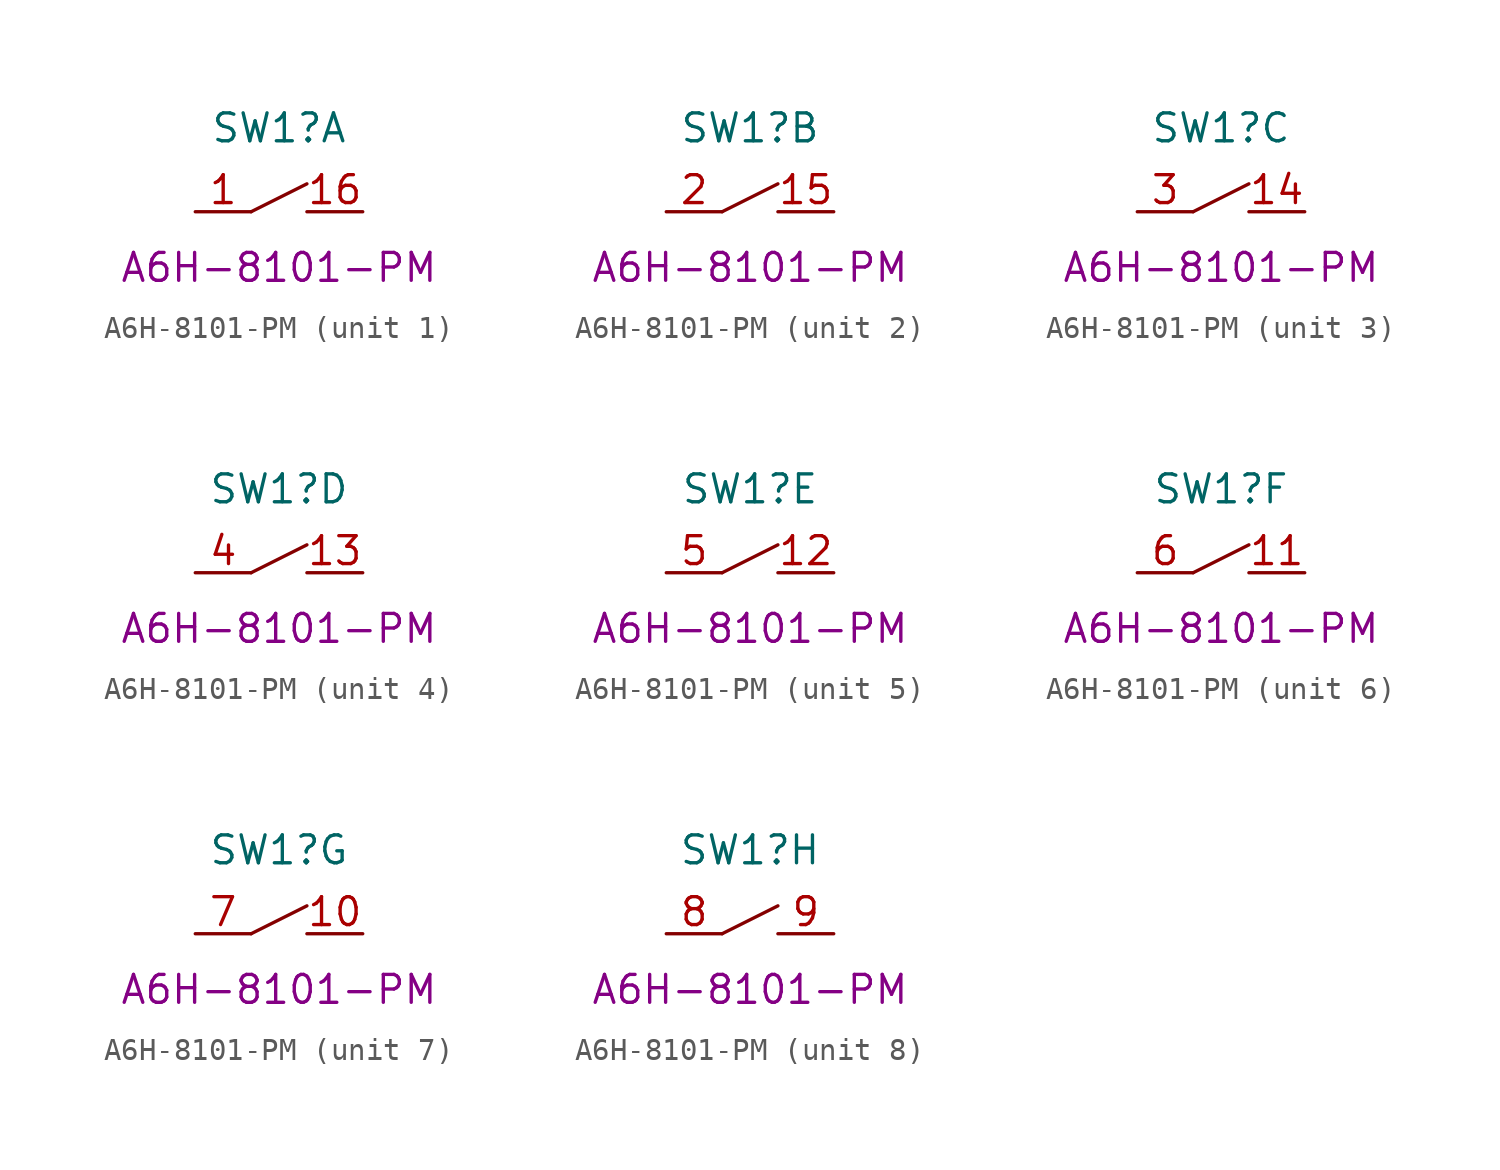
<source format=kicad_sym>
(kicad_symbol_lib
  (version 20231120)
  (generator "kicad_symbol_editor")
  (generator_version "8.0")
  (symbol "A6H-8101-PM"
    (property "Reference" "SW1"
      (at 0 3.81 0)
      (effects (font (size 1.27 1.27))))
    (property "Display Value" "A6H-8101-PM"
      (at 0 -2.54 0)
      (effects (font (size 1.27 1.27))))
    (property "ki_locked" ""
      (at 0 0 0)
      (effects (font (size 1.27 1.27))))
    (symbol "A6H-8101-PM_1_1"
      (polyline (pts (xy -1.27 0) (xy 1.27 1.27)) (stroke (width 0) (type default)) (fill (type none)))
      (pin unspecified line (at -3.81 0 0) (length 2.54) (name "" (effects (font (size 1.27 1.27)))) (number "1" (effects (font (size 1.27 1.27)))))
      (pin unspecified line (at 3.81 0 180) (length 2.54) (name "" (effects (font (size 1.27 1.27)))) (number "16" (effects (font (size 1.27 1.27))))))
    (symbol "A6H-8101-PM_2_1"
      (polyline (pts (xy -1.27 0) (xy 1.27 1.27)) (stroke (width 0) (type default)) (fill (type none)))
      (pin unspecified line (at 3.81 0 180) (length 2.54) (name "" (effects (font (size 1.27 1.27)))) (number "15" (effects (font (size 1.27 1.27)))))
      (pin unspecified line (at -3.81 0 0) (length 2.54) (name "" (effects (font (size 1.27 1.27)))) (number "2" (effects (font (size 1.27 1.27))))))
    (symbol "A6H-8101-PM_3_1"
      (polyline (pts (xy -1.27 0) (xy 1.27 1.27)) (stroke (width 0) (type default)) (fill (type none)))
      (pin unspecified line (at 3.81 0 180) (length 2.54) (name "" (effects (font (size 1.27 1.27)))) (number "14" (effects (font (size 1.27 1.27)))))
      (pin unspecified line (at -3.81 0 0) (length 2.54) (name "" (effects (font (size 1.27 1.27)))) (number "3" (effects (font (size 1.27 1.27))))))
    (symbol "A6H-8101-PM_4_1"
      (polyline (pts (xy -1.27 0) (xy 1.27 1.27)) (stroke (width 0) (type default)) (fill (type none)))
      (pin unspecified line (at 3.81 0 180) (length 2.54) (name "" (effects (font (size 1.27 1.27)))) (number "13" (effects (font (size 1.27 1.27)))))
      (pin unspecified line (at -3.81 0 0) (length 2.54) (name "" (effects (font (size 1.27 1.27)))) (number "4" (effects (font (size 1.27 1.27))))))
    (symbol "A6H-8101-PM_5_1"
      (polyline (pts (xy -1.27 0) (xy 1.27 1.27)) (stroke (width 0) (type default)) (fill (type none)))
      (pin unspecified line (at 3.81 0 180) (length 2.54) (name "" (effects (font (size 1.27 1.27)))) (number "12" (effects (font (size 1.27 1.27)))))
      (pin unspecified line (at -3.81 0 0) (length 2.54) (name "" (effects (font (size 1.27 1.27)))) (number "5" (effects (font (size 1.27 1.27))))))
    (symbol "A6H-8101-PM_6_1"
      (polyline (pts (xy -1.27 0) (xy 1.27 1.27)) (stroke (width 0) (type default)) (fill (type none)))
      (pin unspecified line (at 3.81 0 180) (length 2.54) (name "" (effects (font (size 1.27 1.27)))) (number "11" (effects (font (size 1.27 1.27)))))
      (pin unspecified line (at -3.81 0 0) (length 2.54) (name "" (effects (font (size 1.27 1.27)))) (number "6" (effects (font (size 1.27 1.27))))))
    (symbol "A6H-8101-PM_7_1"
      (polyline (pts (xy -1.27 0) (xy 1.27 1.27)) (stroke (width 0) (type default)) (fill (type none)))
      (pin unspecified line (at 3.81 0 180) (length 2.54) (name "" (effects (font (size 1.27 1.27)))) (number "10" (effects (font (size 1.27 1.27)))))
      (pin unspecified line (at -3.81 0 0) (length 2.54) (name "" (effects (font (size 1.27 1.27)))) (number "7" (effects (font (size 1.27 1.27))))))
    (symbol "A6H-8101-PM_8_1"
      (polyline (pts (xy -1.27 0) (xy 1.27 1.27)) (stroke (width 0) (type default)) (fill (type none)))
      (pin unspecified line (at -3.81 0 0) (length 2.54) (name "" (effects (font (size 1.27 1.27)))) (number "8" (effects (font (size 1.27 1.27)))))
      (pin unspecified line (at 3.81 0 180) (length 2.54) (name "" (effects (font (size 1.27 1.27)))) (number "9" (effects (font (size 1.27 1.27))))))))
</source>
